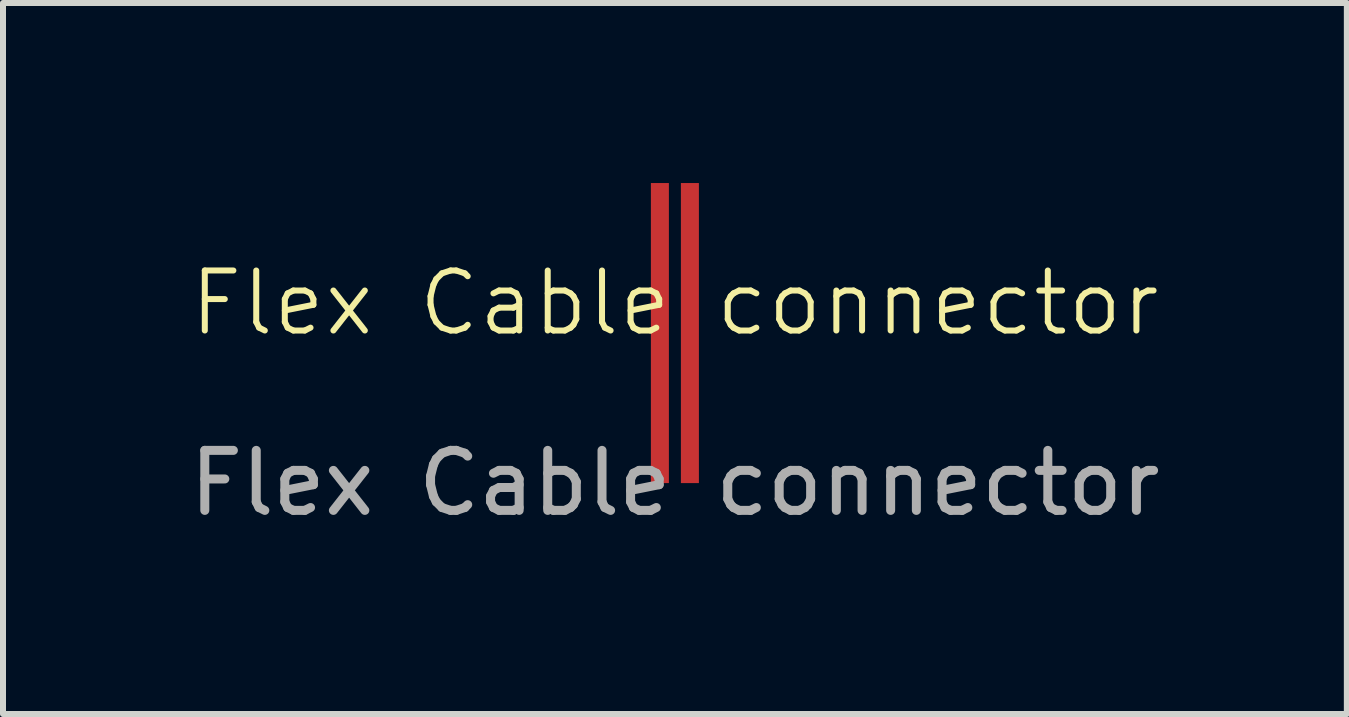
<source format=kicad_pcb>
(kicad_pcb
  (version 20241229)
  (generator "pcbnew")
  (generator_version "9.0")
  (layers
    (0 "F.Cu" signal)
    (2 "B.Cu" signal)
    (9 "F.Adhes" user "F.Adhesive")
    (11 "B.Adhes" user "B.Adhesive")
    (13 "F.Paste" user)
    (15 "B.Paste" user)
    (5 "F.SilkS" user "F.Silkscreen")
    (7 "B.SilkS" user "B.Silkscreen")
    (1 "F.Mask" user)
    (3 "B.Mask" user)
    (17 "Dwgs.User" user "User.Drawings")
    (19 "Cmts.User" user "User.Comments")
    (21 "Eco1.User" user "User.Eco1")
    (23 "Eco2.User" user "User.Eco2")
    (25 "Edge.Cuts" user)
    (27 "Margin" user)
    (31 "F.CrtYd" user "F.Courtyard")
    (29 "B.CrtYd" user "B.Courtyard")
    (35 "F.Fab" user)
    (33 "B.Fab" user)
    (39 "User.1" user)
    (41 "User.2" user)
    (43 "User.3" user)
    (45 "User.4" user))
  (footprint "Flex Cable connector"
    (layer "F.Cu")
    (at 8.196 2.5)
    (property "Reference" "Flex Cable connector" (at 0 -0.5 0) (unlocked yes) (layer "F.SilkS") (effects (font (size 1 1) (thickness 0.1))))
    (attr smd)
    (fp_rect (start -0.4 -2.5) (end -0.1 2.5) (stroke (width 0) (type solid)) (fill yes) (layer "F.Cu"))
    (fp_rect (start 0.1 -2.5) (end 0.4 2.5) (stroke (width 0) (type solid)) (fill yes) (layer "F.Cu"))
    (fp_text user "${REFERENCE}" (at 0 2.5 0) (unlocked yes) (layer "F.Fab") (effects (font (size 1 1) (thickness 0.15)))))
  (gr_rect
    (start -3 -3)
    (end 19.393 8.848)
    (stroke (width 0.1) (type default))
    (fill no)
    (layer "Edge.Cuts")))
</source>
